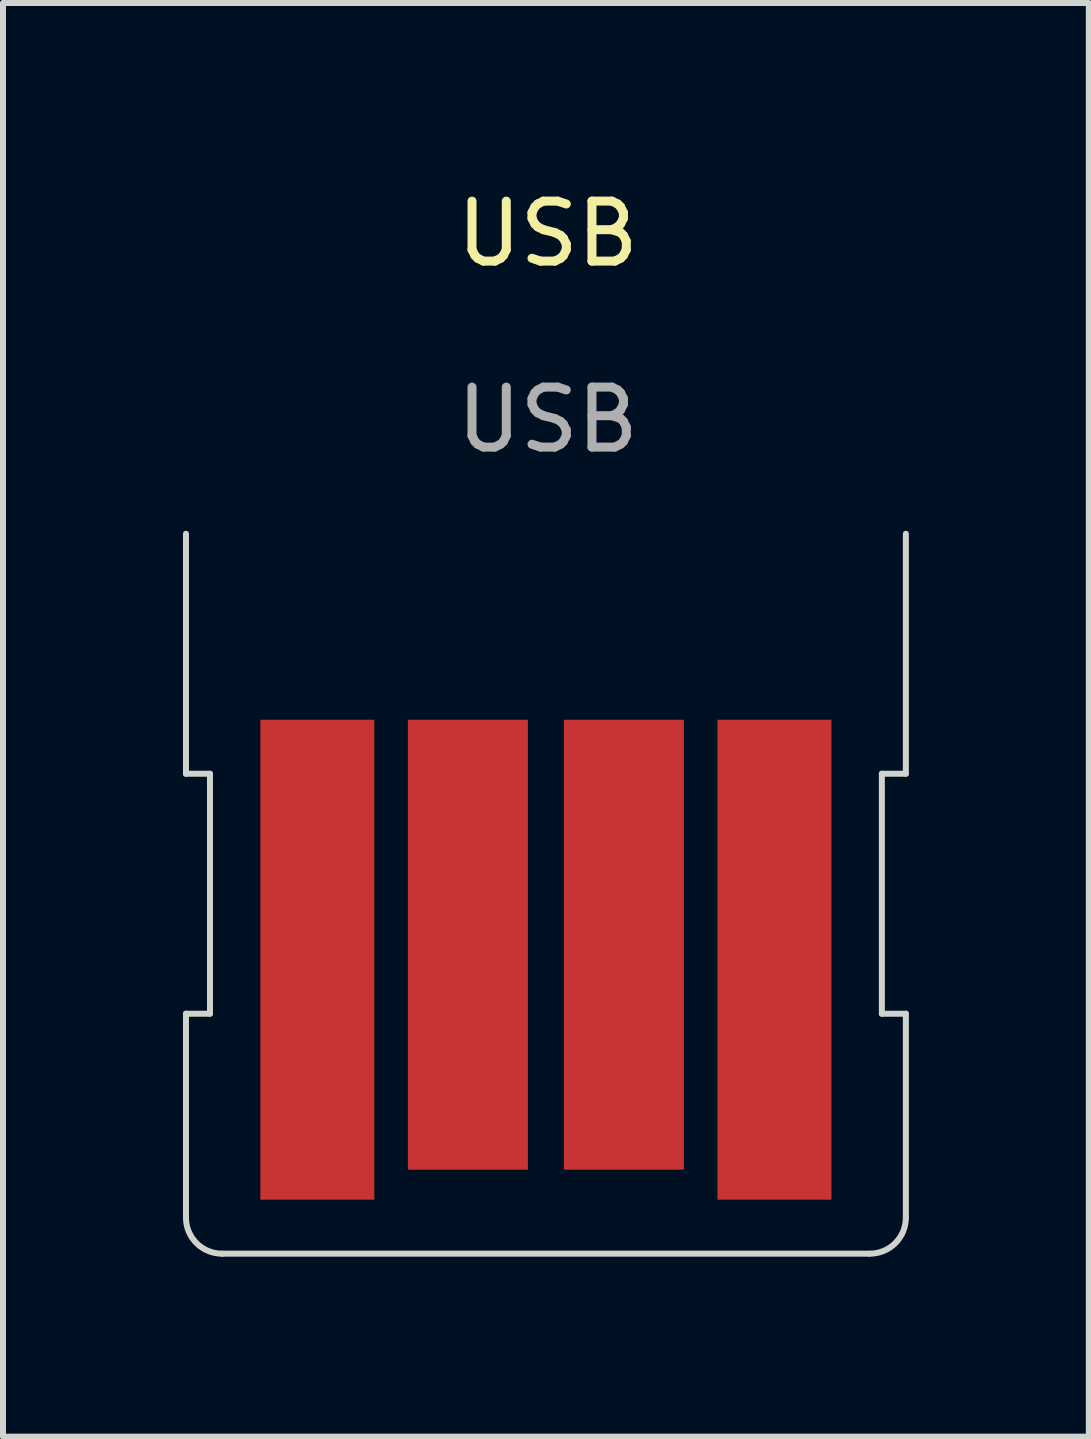
<source format=kicad_pcb>
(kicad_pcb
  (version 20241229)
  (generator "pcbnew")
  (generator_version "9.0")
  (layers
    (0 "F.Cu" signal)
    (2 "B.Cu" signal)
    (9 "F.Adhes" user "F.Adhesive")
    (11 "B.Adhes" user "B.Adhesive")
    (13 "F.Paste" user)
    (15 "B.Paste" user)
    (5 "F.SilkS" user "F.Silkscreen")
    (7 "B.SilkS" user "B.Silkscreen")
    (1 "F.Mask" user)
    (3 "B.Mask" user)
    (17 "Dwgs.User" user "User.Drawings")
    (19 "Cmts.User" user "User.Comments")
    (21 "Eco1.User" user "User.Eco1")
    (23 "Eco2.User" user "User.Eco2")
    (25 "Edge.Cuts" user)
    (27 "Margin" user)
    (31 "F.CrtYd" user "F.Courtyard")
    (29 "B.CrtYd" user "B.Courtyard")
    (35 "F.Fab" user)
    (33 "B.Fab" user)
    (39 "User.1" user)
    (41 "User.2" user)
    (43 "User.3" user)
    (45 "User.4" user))
  (footprint "USB"
    (layer "F.Cu")
    (at 6.08 5.748)
    (property "Reference" "USB" (at 0 -4.9 0) (unlocked yes) (layer "F.SilkS") (effects (font (size 1 1) (thickness 0.15))))
    (attr smd)
    (fp_line (start -6.03 4.1) (end -6.03 0.1) (stroke (width 0.1) (type solid)) (layer "Edge.Cuts"))
    (fp_line (start -6.03 8.1) (end -5.63 8.1) (stroke (width 0.1) (type solid)) (layer "Edge.Cuts"))
    (fp_line (start -6.03 11.5) (end -6.03 8.1) (stroke (width 0.1) (type solid)) (layer "Edge.Cuts"))
    (fp_line (start -5.63 4.1) (end -6.03 4.1) (stroke (width 0.1) (type solid)) (layer "Edge.Cuts"))
    (fp_line (start -5.63 8.1) (end -5.63 4.1) (stroke (width 0.1) (type solid)) (layer "Edge.Cuts"))
    (fp_line (start 5.36 12.1) (end -5.43 12.1) (stroke (width 0.1) (type solid)) (layer "Edge.Cuts"))
    (fp_line (start 5.57 4.1) (end 5.97 4.1) (stroke (width 0.1) (type solid)) (layer "Edge.Cuts"))
    (fp_line (start 5.57 8.1) (end 5.57 4.1) (stroke (width 0.1) (type solid)) (layer "Edge.Cuts"))
    (fp_line (start 5.97 4.1) (end 5.97 0.1) (stroke (width 0.1) (type solid)) (layer "Edge.Cuts"))
    (fp_line (start 5.97 8.1) (end 5.57 8.1) (stroke (width 0.1) (type solid)) (layer "Edge.Cuts"))
    (fp_line (start 5.97 8.1) (end 5.97 11.5) (stroke (width 0.1) (type solid)) (layer "Edge.Cuts"))
    (fp_arc (start -5.43 12.1) (mid -5.854264 11.924264) (end -6.03 11.5) (stroke (width 0.1) (type solid)) (layer "Edge.Cuts"))
    (fp_arc (start 5.97 11.5) (mid 5.794264 11.924264) (end 5.37 12.1) (stroke (width 0.1) (type solid)) (layer "Edge.Cuts"))
    (fp_text user "${REFERENCE}" (at 0 -1.8 0) (unlocked yes) (layer "F.Fab") (effects (font (size 1 1) (thickness 0.15))))
    (pad "1" connect rect (at 3.78 7.2) (size 1.9 8) (layers "F.Cu" "F.Mask"))
    (pad "2" connect rect (at 1.27 6.95) (size 2 7.5) (layers "F.Cu" "F.Mask"))
    (pad "3" connect rect (at -1.33 6.95) (size 2 7.5) (layers "F.Cu" "F.Mask"))
    (pad "4" connect rect (at -3.84 7.2) (size 1.9 8) (layers "F.Cu" "F.Mask")))
  (gr_rect
    (start -3 -3)
    (end 15.1 20.898)
    (stroke (width 0.1) (type default))
    (fill no)
    (layer "Edge.Cuts")))
</source>
